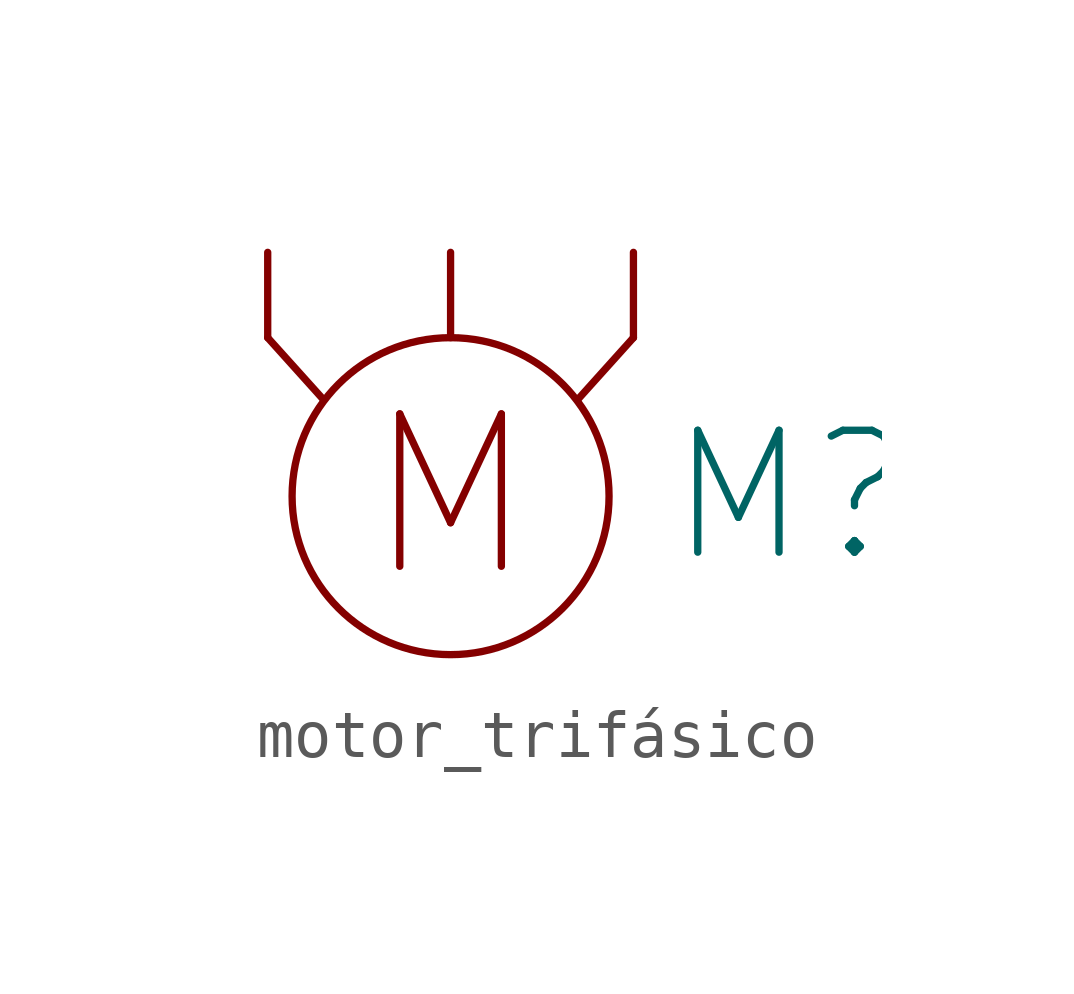
<source format=kicad_sym>
(kicad_symbol_lib
  (version 20231120)
  (generator "kicad_symbol_editor")
  (generator_version "8.0")
  (symbol "motor_trifásico"
    (pin_names
      (offset 1.016))
    (property "Reference" "M"
      (at 4.445 -5.08 0)
      (effects (font (size 2.54 2.54)) (justify left)))
    (symbol "motor_trifásico_0_0"
      (text "M" (at 0 -5.08 0) (effects (font (size 3.175 3.175)))))
    (symbol "motor_trifásico_0_1"
      (circle (center 0 -5.08) (radius 3.302) (stroke (width 0) (type default)) (fill (type none)))
      (polyline (pts (xy -3.81 -1.778) (xy -2.667 -3.048)) (stroke (width 0) (type default)) (fill (type none)))
      (polyline (pts (xy 3.81 -1.778) (xy 2.667 -3.048)) (stroke (width 0) (type default)) (fill (type none))))
    (symbol "motor_trifásico_1_1"
      (pin input line (at -3.81 0 270) (length 1.778) (name "" (effects (font (size 1.27 1.27)))) (number "" (effects (font (size 1.143 1.143)))))
      (pin input line (at 0 0 270) (length 1.778) (name "" (effects (font (size 1.27 1.27)))) (number "" (effects (font (size 1.143 1.143)))))
      (pin input line (at 3.81 0 270) (length 1.778) (name "" (effects (font (size 1.27 1.27)))) (number "" (effects (font (size 1.143 1.143))))))))
</source>
